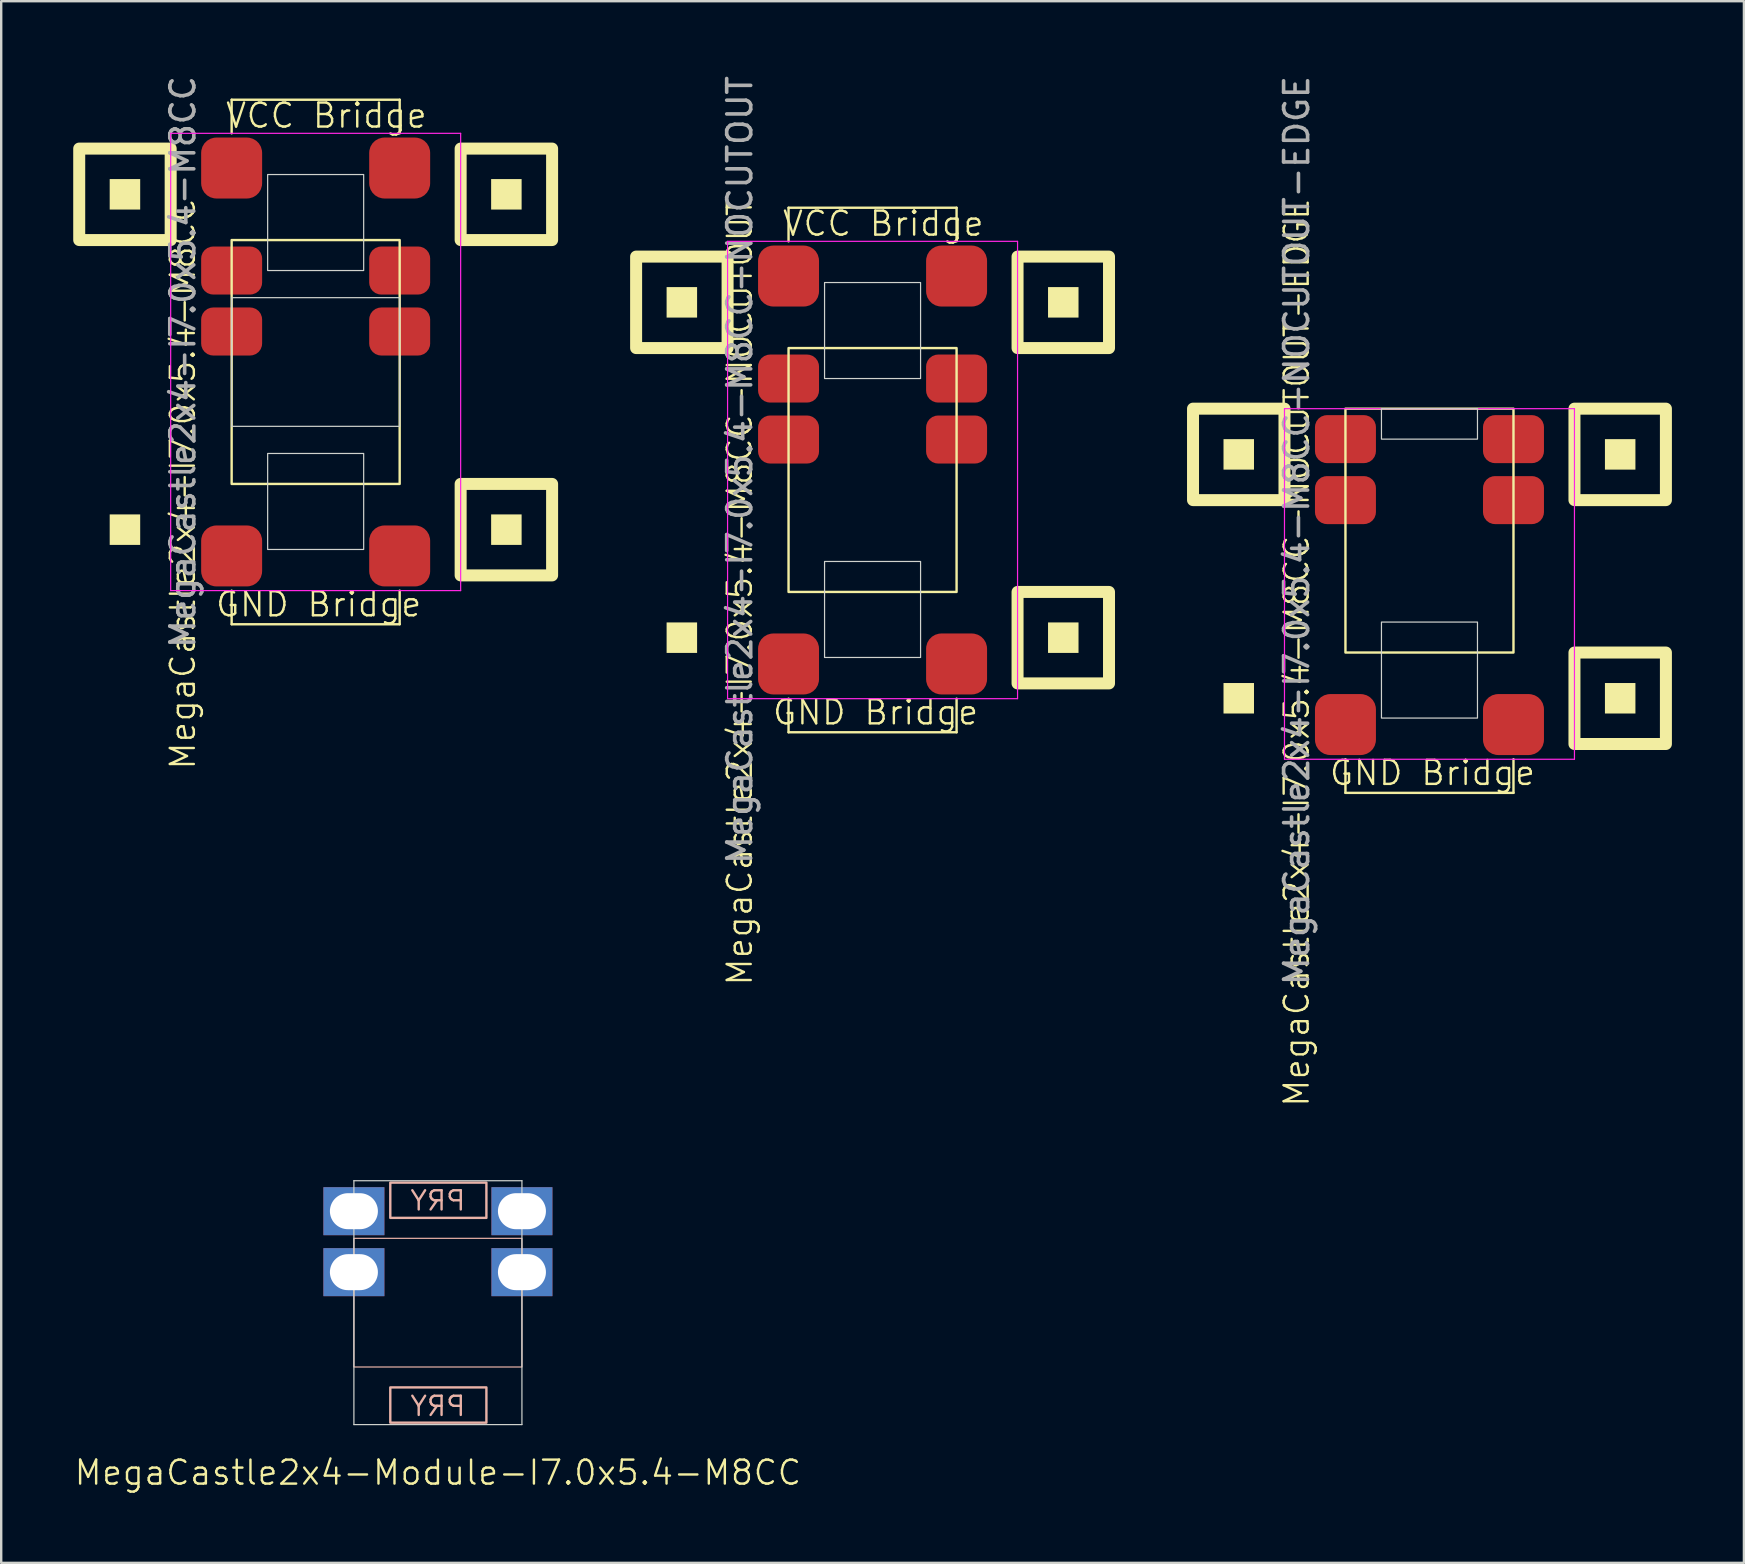
<source format=kicad_pcb>
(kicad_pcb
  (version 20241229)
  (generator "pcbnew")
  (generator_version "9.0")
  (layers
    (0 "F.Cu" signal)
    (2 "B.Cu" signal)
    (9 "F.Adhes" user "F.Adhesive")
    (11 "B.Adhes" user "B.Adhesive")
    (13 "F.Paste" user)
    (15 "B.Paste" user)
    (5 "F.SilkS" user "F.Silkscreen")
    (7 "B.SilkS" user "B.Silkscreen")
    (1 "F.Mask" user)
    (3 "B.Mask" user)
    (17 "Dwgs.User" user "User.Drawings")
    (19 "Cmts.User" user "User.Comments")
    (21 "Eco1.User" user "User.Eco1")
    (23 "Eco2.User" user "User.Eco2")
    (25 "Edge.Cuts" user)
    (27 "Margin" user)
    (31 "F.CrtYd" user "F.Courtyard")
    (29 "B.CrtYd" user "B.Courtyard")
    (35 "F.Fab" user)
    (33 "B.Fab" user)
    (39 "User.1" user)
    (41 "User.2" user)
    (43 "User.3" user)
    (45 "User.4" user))
  (footprint "MegaCastle2x4-I7.0x5.4-M8CC"
    (layer "F.Cu")
    (at 10.1 12.03)
    (property "Reference" "MegaCastle2x4-I7.0x5.4-M8CC" (at -5.532 5.08 90) (unlocked yes) (layer "F.SilkS") (effects (font (size 1 1) (thickness 0.1))))
    (attr smd)
    (fp_line (start -3.5 -10.925) (end 3.5 -10.925) (stroke (width 0.1) (type default)) (layer "F.SilkS"))
    (fp_line (start -3.5 -9.525) (end -3.5 -10.925) (stroke (width 0.1) (type default)) (layer "F.SilkS"))
    (fp_line (start -3.5 9.525) (end -3.5 10.925) (stroke (width 0.1) (type default)) (layer "F.SilkS"))
    (fp_line (start -3.5 10.925) (end 3.5 10.925) (stroke (width 0.1) (type default)) (layer "F.SilkS"))
    (fp_line (start 3.5 -9.525) (end 3.5 -10.925) (stroke (width 0.1) (type default)) (layer "F.SilkS"))
    (fp_line (start 3.5 9.525) (end 3.5 10.925) (stroke (width 0.1) (type default)) (layer "F.SilkS"))
    (fp_rect (start -7.31 -6.35) (end -8.58 -7.62) (stroke (width 0) (type solid)) (fill yes) (layer "F.SilkS"))
    (fp_rect (start -7.31 7.62) (end -8.58 6.35) (stroke (width 0) (type solid)) (fill yes) (layer "F.SilkS"))
    (fp_rect (start -6.04 -5.08) (end -9.85 -8.89) (stroke (width 0.5) (type default)) (fill no) (layer "F.SilkS"))
    (fp_rect (start -3.5 -5.08) (end 3.5 5.08) (stroke (width 0.1) (type default)) (fill no) (layer "F.SilkS"))
    (fp_rect (start 8.58 -6.35) (end 7.31 -7.62) (stroke (width 0) (type solid)) (fill yes) (layer "F.SilkS"))
    (fp_rect (start 8.58 7.62) (end 7.31 6.35) (stroke (width 0) (type solid)) (fill yes) (layer "F.SilkS"))
    (fp_rect (start 9.85 -5.08) (end 6.04 -8.89) (stroke (width 0.5) (type default)) (fill no) (layer "F.SilkS"))
    (fp_rect (start 9.85 8.89) (end 6.04 5.08) (stroke (width 0.5) (type default)) (fill no) (layer "F.SilkS"))
    (fp_rect (start -3.5 -2.68) (end 3.5 2.68) (stroke (width 0.05) (type default)) (fill no) (layer "Edge.Cuts"))
    (fp_rect (start -2 -3.81) (end 2 -7.81) (stroke (width 0.05) (type default)) (fill no) (layer "Edge.Cuts"))
    (fp_rect (start -2 3.81) (end 2 7.81) (stroke (width 0.05) (type default)) (fill no) (layer "Edge.Cuts"))
    (fp_line (start -6.04 -9.525) (end -6.04 9.525) (stroke (width 0.05) (type default)) (layer "F.CrtYd"))
    (fp_line (start -6.04 9.525) (end 6.04 9.525) (stroke (width 0.05) (type default)) (layer "F.CrtYd"))
    (fp_line (start 6.04 -9.525) (end -6.04 -9.525) (stroke (width 0.05) (type default)) (layer "F.CrtYd"))
    (fp_line (start 6.04 -9.525) (end 6.04 9.525) (stroke (width 0.05) (type default)) (layer "F.CrtYd"))
    (fp_text user "GND Bridge" (at -4.226 10.68 0) (unlocked yes) (layer "F.SilkS") (effects (font (size 1 1) (thickness 0.1)) (justify left bottom)))
    (fp_text user "VCC Bridge" (at -3.81 -9.68 0) (unlocked yes) (layer "F.SilkS") (effects (font (size 1 1) (thickness 0.1)) (justify left bottom)))
    (fp_text user "${REFERENCE}" (at -5.532 0 90) (unlocked yes) (layer "F.Fab") (effects (font (size 1 1) (thickness 0.15))))
    (pad "1" smd roundrect (at -3.5 -3.81) (size 2.54 2) (layers "F.Cu" "F.Mask" "F.Paste") (roundrect_rratio 0.25))
    (pad "2" smd roundrect (at -3.5 -1.27) (size 2.54 2) (layers "F.Cu" "F.Mask" "F.Paste") (roundrect_rratio 0.25))
    (pad "5" smd roundrect (at 3.5 -3.81) (size 2.54 2) (layers "F.Cu" "F.Mask" "F.Paste") (roundrect_rratio 0.25))
    (pad "6" smd roundrect (at 3.5 -1.27) (size 2.54 2) (layers "F.Cu" "F.Mask" "F.Paste") (roundrect_rratio 0.25))
    (pad "A1" smd roundrect (at -3.5 -8.08) (size 2.54 2.54) (layers "F.Cu" "F.Mask" "F.Paste") (roundrect_rratio 0.25))
    (pad "A2" smd roundrect (at 3.5 -8.08) (size 2.54 2.54) (layers "F.Cu" "F.Mask" "F.Paste") (roundrect_rratio 0.25))
    (pad "B1" smd roundrect (at -3.5 8.08) (size 2.54 2.54) (layers "F.Cu" "F.Mask" "F.Paste") (roundrect_rratio 0.25))
    (pad "B2" smd roundrect (at 3.5 8.08) (size 2.54 2.54) (layers "F.Cu" "F.Mask" "F.Paste") (roundrect_rratio 0.25)))
  (footprint "MegaCastle2x4-I7.0x5.4-M8CC-NOCUTOUT"
    (layer "F.Cu")
    (at 33.3 16.53)
    (property "Reference" "MegaCastle2x4-I7.0x5.4-M8CC-NOCUTOUT" (at -5.532 5.08 90) (unlocked yes) (layer "F.SilkS") (effects (font (size 1 1) (thickness 0.1))))
    (attr smd)
    (fp_line (start -3.5 -10.925) (end 3.5 -10.925) (stroke (width 0.1) (type default)) (layer "F.SilkS"))
    (fp_line (start -3.5 -9.525) (end -3.5 -10.925) (stroke (width 0.1) (type default)) (layer "F.SilkS"))
    (fp_line (start -3.5 9.525) (end -3.5 10.925) (stroke (width 0.1) (type default)) (layer "F.SilkS"))
    (fp_line (start -3.5 10.925) (end 3.5 10.925) (stroke (width 0.1) (type default)) (layer "F.SilkS"))
    (fp_line (start 3.5 -9.525) (end 3.5 -10.925) (stroke (width 0.1) (type default)) (layer "F.SilkS"))
    (fp_line (start 3.5 9.525) (end 3.5 10.925) (stroke (width 0.1) (type default)) (layer "F.SilkS"))
    (fp_rect (start -7.31 -6.35) (end -8.58 -7.62) (stroke (width 0) (type solid)) (fill yes) (layer "F.SilkS"))
    (fp_rect (start -7.31 7.62) (end -8.58 6.35) (stroke (width 0) (type solid)) (fill yes) (layer "F.SilkS"))
    (fp_rect (start -6.04 -5.08) (end -9.85 -8.89) (stroke (width 0.5) (type default)) (fill no) (layer "F.SilkS"))
    (fp_rect (start -3.5 -5.08) (end 3.5 5.08) (stroke (width 0.1) (type default)) (fill no) (layer "F.SilkS"))
    (fp_rect (start 8.58 -6.35) (end 7.31 -7.62) (stroke (width 0) (type solid)) (fill yes) (layer "F.SilkS"))
    (fp_rect (start 8.58 7.62) (end 7.31 6.35) (stroke (width 0) (type solid)) (fill yes) (layer "F.SilkS"))
    (fp_rect (start 9.85 -5.08) (end 6.04 -8.89) (stroke (width 0.5) (type default)) (fill no) (layer "F.SilkS"))
    (fp_rect (start 9.85 8.89) (end 6.04 5.08) (stroke (width 0.5) (type default)) (fill no) (layer "F.SilkS"))
    (fp_rect (start -2 -3.81) (end 2 -7.81) (stroke (width 0.05) (type default)) (fill no) (layer "Edge.Cuts"))
    (fp_rect (start -2 3.81) (end 2 7.81) (stroke (width 0.05) (type default)) (fill no) (layer "Edge.Cuts"))
    (fp_line (start -6.04 -9.525) (end -6.04 9.525) (stroke (width 0.05) (type default)) (layer "F.CrtYd"))
    (fp_line (start -6.04 9.525) (end 6.04 9.525) (stroke (width 0.05) (type default)) (layer "F.CrtYd"))
    (fp_line (start 6.04 -9.525) (end -6.04 -9.525) (stroke (width 0.05) (type default)) (layer "F.CrtYd"))
    (fp_line (start 6.04 -9.525) (end 6.04 9.525) (stroke (width 0.05) (type default)) (layer "F.CrtYd"))
    (fp_text user "GND Bridge" (at -4.226 10.68 0) (unlocked yes) (layer "F.SilkS") (effects (font (size 1 1) (thickness 0.1)) (justify left bottom)))
    (fp_text user "VCC Bridge" (at -3.81 -9.68 0) (unlocked yes) (layer "F.SilkS") (effects (font (size 1 1) (thickness 0.1)) (justify left bottom)))
    (fp_text user "${REFERENCE}" (at -5.532 0 90) (unlocked yes) (layer "F.Fab") (effects (font (size 1 1) (thickness 0.15))))
    (pad "1" smd roundrect (at -3.5 -3.81) (size 2.54 2) (layers "F.Cu" "F.Mask" "F.Paste") (roundrect_rratio 0.25))
    (pad "2" smd roundrect (at -3.5 -1.27) (size 2.54 2) (layers "F.Cu" "F.Mask" "F.Paste") (roundrect_rratio 0.25))
    (pad "5" smd roundrect (at 3.5 -3.81) (size 2.54 2) (layers "F.Cu" "F.Mask" "F.Paste") (roundrect_rratio 0.25))
    (pad "6" smd roundrect (at 3.5 -1.27) (size 2.54 2) (layers "F.Cu" "F.Mask" "F.Paste") (roundrect_rratio 0.25))
    (pad "A1" smd roundrect (at -3.5 -8.08) (size 2.54 2.54) (layers "F.Cu" "F.Mask" "F.Paste") (roundrect_rratio 0.25))
    (pad "A2" smd roundrect (at 3.5 -8.08) (size 2.54 2.54) (layers "F.Cu" "F.Mask" "F.Paste") (roundrect_rratio 0.25))
    (pad "B1" smd roundrect (at -3.5 8.08) (size 2.54 2.54) (layers "F.Cu" "F.Mask" "F.Paste") (roundrect_rratio 0.25))
    (pad "B2" smd roundrect (at 3.5 8.08) (size 2.54 2.54) (layers "F.Cu" "F.Mask" "F.Paste") (roundrect_rratio 0.25)))
  (footprint "MegaCastle2x4-I7.0x5.4-M8CC-NOCUTOUT-EDGE"
    (layer "F.Cu")
    (at 56.5 19.054)
    (property "Reference" "MegaCastle2x4-I7.0x5.4-M8CC-NOCUTOUT-EDGE" (at -5.532 5.08 90) (unlocked yes) (layer "F.SilkS") (effects (font (size 1 1) (thickness 0.1))))
    (attr smd)
    (fp_line (start -3.5 9.525) (end -3.5 10.925) (stroke (width 0.1) (type default)) (layer "F.SilkS"))
    (fp_line (start -3.5 10.925) (end 3.5 10.925) (stroke (width 0.1) (type default)) (layer "F.SilkS"))
    (fp_line (start 3.5 9.525) (end 3.5 10.925) (stroke (width 0.1) (type default)) (layer "F.SilkS"))
    (fp_rect (start -7.31 -2.54) (end -8.58 -3.81) (stroke (width 0) (type solid)) (fill yes) (layer "F.SilkS"))
    (fp_rect (start -7.31 7.62) (end -8.58 6.35) (stroke (width 0) (type solid)) (fill yes) (layer "F.SilkS"))
    (fp_rect (start -6.04 -1.27) (end -9.85 -5.08) (stroke (width 0.5) (type default)) (fill no) (layer "F.SilkS"))
    (fp_rect (start -3.5 -5.08) (end 3.5 5.08) (stroke (width 0.1) (type default)) (fill no) (layer "F.SilkS"))
    (fp_rect (start 8.58 -2.54) (end 7.31 -3.81) (stroke (width 0) (type solid)) (fill yes) (layer "F.SilkS"))
    (fp_rect (start 8.58 7.62) (end 7.31 6.35) (stroke (width 0) (type solid)) (fill yes) (layer "F.SilkS"))
    (fp_rect (start 9.85 -1.27) (end 6.04 -5.08) (stroke (width 0.5) (type default)) (fill no) (layer "F.SilkS"))
    (fp_rect (start 9.85 8.89) (end 6.04 5.08) (stroke (width 0.5) (type default)) (fill no) (layer "F.SilkS"))
    (fp_rect (start -2 -3.81) (end 2 -5.08) (stroke (width 0.05) (type default)) (fill no) (layer "Edge.Cuts"))
    (fp_rect (start -2 3.81) (end 2 7.81) (stroke (width 0.05) (type default)) (fill no) (layer "Edge.Cuts"))
    (fp_line (start -6.04 -5.08) (end -6.04 9.525) (stroke (width 0.05) (type default)) (layer "F.CrtYd"))
    (fp_line (start -6.04 9.525) (end 6.04 9.525) (stroke (width 0.05) (type default)) (layer "F.CrtYd"))
    (fp_line (start 6.04 -5.08) (end -6.04 -5.08) (stroke (width 0.05) (type default)) (layer "F.CrtYd"))
    (fp_line (start 6.04 -5.08) (end 6.04 9.525) (stroke (width 0.05) (type default)) (layer "F.CrtYd"))
    (fp_text user "GND Bridge" (at -4.226 10.68 0) (unlocked yes) (layer "F.SilkS") (effects (font (size 1 1) (thickness 0.1)) (justify left bottom)))
    (fp_text user "${REFERENCE}" (at -5.532 0 90) (unlocked yes) (layer "F.Fab") (effects (font (size 1 1) (thickness 0.15))))
    (pad "1" smd roundrect (at -3.5 -3.81) (size 2.54 2) (layers "F.Cu" "F.Mask" "F.Paste") (roundrect_rratio 0.25))
    (pad "2" smd roundrect (at -3.5 -1.27) (size 2.54 2) (layers "F.Cu" "F.Mask" "F.Paste") (roundrect_rratio 0.25))
    (pad "5" smd roundrect (at 3.5 -3.81) (size 2.54 2) (layers "F.Cu" "F.Mask" "F.Paste") (roundrect_rratio 0.25))
    (pad "6" smd roundrect (at 3.5 -1.27) (size 2.54 2) (layers "F.Cu" "F.Mask" "F.Paste") (roundrect_rratio 0.25))
    (pad "B1" smd roundrect (at -3.5 8.08) (size 2.54 2.54) (layers "F.Cu" "F.Mask" "F.Paste") (roundrect_rratio 0.25))
    (pad "B2" smd roundrect (at 3.5 8.08) (size 2.54 2.54) (layers "F.Cu" "F.Mask" "F.Paste") (roundrect_rratio 0.25)))
  (footprint "MegaCastle2x4-Module-I7.0x5.4-M8CC"
    (layer "F.Cu")
    (at 15.193 51.217)
    (property "Reference" "MegaCastle2x4-Module-I7.0x5.4-M8CC" (at 0 7.08 0) (unlocked yes) (layer "F.SilkS") (effects (font (size 1 1) (thickness 0.1))))
    (attr smd)
    (fp_rect (start -3.5 2.68) (end 3.5 -2.68) (stroke (width 0.05) (type default)) (fill no) (layer "B.SilkS"))
    (fp_rect (start -1.984 -3.531) (end 2.02 -5) (stroke (width 0.1) (type default)) (fill no) (layer "B.SilkS"))
    (fp_rect (start -1.984 3.531) (end 2.02 5) (stroke (width 0.1) (type default)) (fill no) (layer "B.SilkS"))
    (fp_line (start -3.5 -5.08) (end -3.5 5.08) (stroke (width 0.05) (type default)) (layer "Edge.Cuts"))
    (fp_line (start -3.5 -5.08) (end 3.5 -5.08) (stroke (width 0.05) (type default)) (layer "Edge.Cuts"))
    (fp_line (start -3.5 5.08) (end 3.5 5.08) (stroke (width 0.05) (type default)) (layer "Edge.Cuts"))
    (fp_line (start 3.5 -5.08) (end 3.5 5.08) (stroke (width 0.05) (type default)) (layer "Edge.Cuts"))
    (fp_text user "PRY" (at 0 -3.78 0) (unlocked yes) (layer "B.SilkS") (effects (font (size 0.8 0.8) (thickness 0.1)) (justify bottom mirror)))
    (fp_text user "PRY" (at 0 4.78 0) (unlocked yes) (layer "B.SilkS") (effects (font (size 0.8 0.8) (thickness 0.1)) (justify bottom mirror)))
    (pad "1" thru_hole rect (at -3.5 -3.81) (size 2.54 2) (drill oval 2 1.5) (property pad_prop_castellated) (layers "*.Cu" "*.Mask"))
    (pad "2" thru_hole rect (at -3.5 -1.27) (size 2.54 2) (drill oval 2 1.5) (property pad_prop_castellated) (layers "*.Cu" "*.Mask"))
    (pad "5" thru_hole rect (at 3.5 -3.81) (size 2.54 2) (drill oval 2 1.5) (property pad_prop_castellated) (layers "*.Cu" "*.Mask"))
    (pad "6" thru_hole rect (at 3.5 -1.27) (size 2.54 2) (drill oval 2 1.5) (property pad_prop_castellated) (layers "*.Cu" "*.Mask"))
    (zone (net_name "") (layer "B.Cu") (hatch edge 0.5) (connect_pads) (min_thickness 0.25) (filled_areas_thickness no) (keepout (tracks allowed) (vias allowed) (pads allowed) (copperpour allowed) (footprints not_allowed)) (placement (enabled no)) (fill) (polygon (pts (xy 11.693 56.297) (xy 11.693 46.137))))
    (zone (net_name "") (layer "B.Cu") (hatch edge 0.5) (connect_pads) (min_thickness 0.25) (filled_areas_thickness no) (keepout (tracks allowed) (vias allowed) (pads allowed) (copperpour allowed) (footprints not_allowed)) (placement (enabled no)) (fill) (polygon (pts (xy 18.693 56.297) (xy 18.693 46.137))))
    (zone (net_name "") (layer "B.Cu") (hatch edge 0.5) (connect_pads) (min_thickness 0.25) (filled_areas_thickness no) (keepout (tracks allowed) (vias allowed) (pads allowed) (copperpour allowed) (footprints not_allowed)) (placement (enabled no)) (fill) (polygon (pts (xy 11.693 46.137) (xy 11.693 48.537) (xy 18.693 48.537) (xy 18.693 46.137))))
    (zone (net_name "") (layer "B.Cu") (hatch edge 0.5) (connect_pads) (min_thickness 0.25) (filled_areas_thickness no) (keepout (tracks allowed) (vias allowed) (pads allowed) (copperpour allowed) (footprints not_allowed)) (placement (enabled no)) (fill) (polygon (pts (xy 11.693 56.297) (xy 11.693 53.897) (xy 18.693 53.897) (xy 18.693 56.297))))
    (zone (net_name "") (layer "B.Cu") (name "Upper Pry Zone") (hatch edge 0.5) (connect_pads) (min_thickness 0.25) (filled_areas_thickness no) (keepout (tracks not_allowed) (vias not_allowed) (pads not_allowed) (copperpour allowed) (footprints not_allowed)) (placement (enabled no)) (fill) (polygon (pts (xy 13.209 47.686) (xy 13.209 46.217) (xy 17.212 46.217) (xy 17.212 47.686))))
    (zone (net_name "") (layer "B.Cu") (name "Upper Pry Zone") (hatch edge 0.5) (connect_pads) (min_thickness 0.25) (filled_areas_thickness no) (keepout (tracks not_allowed) (vias not_allowed) (pads not_allowed) (copperpour allowed) (footprints not_allowed)) (placement (enabled no)) (fill) (polygon (pts (xy 13.209 54.749) (xy 13.209 56.217) (xy 17.212 56.217) (xy 17.212 54.749)))))
  (gr_rect
    (start -3 -3)
    (end 69.6 62.058)
    (stroke (width 0.1) (type default))
    (fill no)
    (layer "Edge.Cuts")))
</source>
